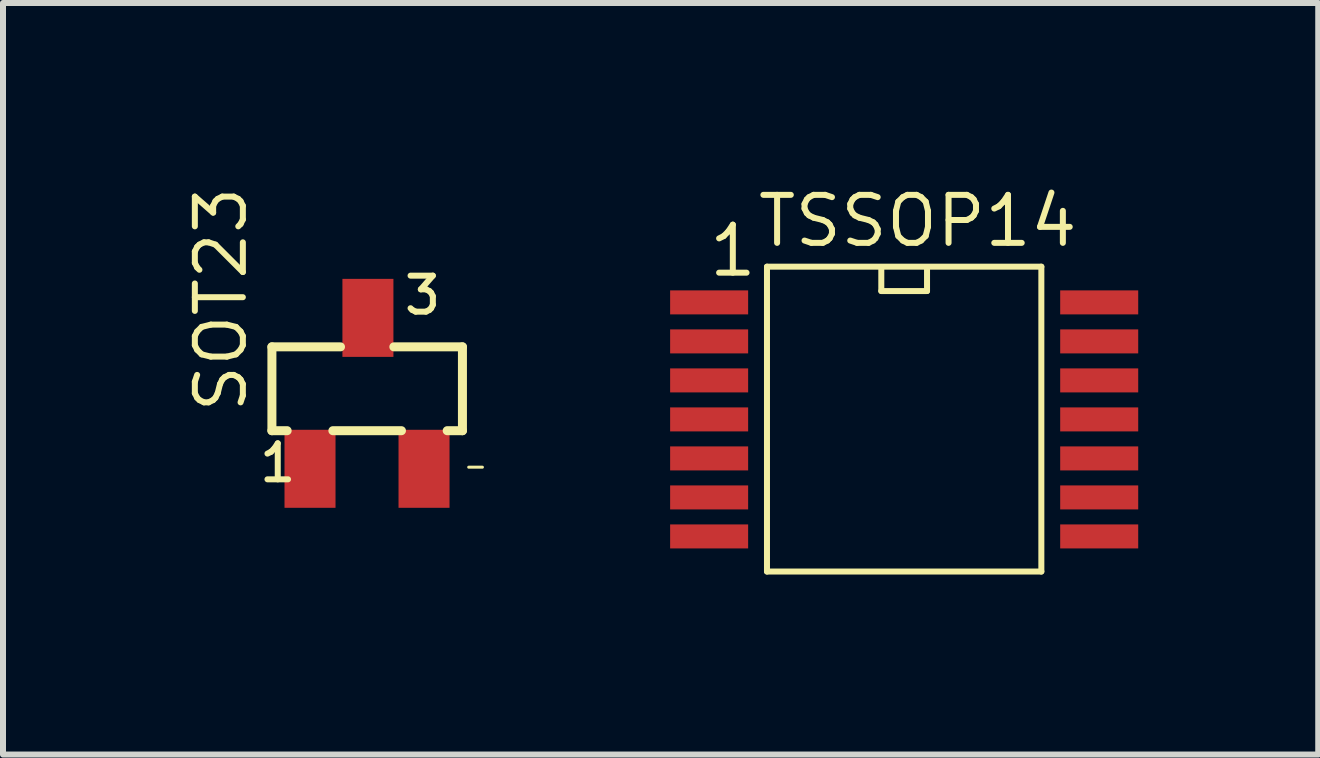
<source format=kicad_pcb>
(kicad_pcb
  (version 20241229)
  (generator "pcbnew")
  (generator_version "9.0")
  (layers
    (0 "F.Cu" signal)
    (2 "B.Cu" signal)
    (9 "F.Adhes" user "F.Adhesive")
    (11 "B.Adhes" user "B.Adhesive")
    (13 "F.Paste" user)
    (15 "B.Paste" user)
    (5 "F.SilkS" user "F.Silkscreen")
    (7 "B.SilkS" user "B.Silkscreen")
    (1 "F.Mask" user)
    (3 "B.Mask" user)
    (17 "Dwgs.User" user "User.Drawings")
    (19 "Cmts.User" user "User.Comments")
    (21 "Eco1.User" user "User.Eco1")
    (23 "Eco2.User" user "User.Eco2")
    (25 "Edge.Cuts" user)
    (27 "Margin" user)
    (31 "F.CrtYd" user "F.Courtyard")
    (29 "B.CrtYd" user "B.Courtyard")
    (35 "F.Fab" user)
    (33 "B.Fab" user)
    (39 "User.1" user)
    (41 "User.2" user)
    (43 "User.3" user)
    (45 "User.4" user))
  (footprint "TSSOP14"
    (layer "F.Cu")
    (at 8.767 1.989)
    (property "Reference" "TSSOP14" (at 0.762 -0.889 0) (unlocked yes) (layer "F.SilkS") (effects (font (size 0.8 0.8) (thickness 0.1)) (justify left bottom)))
    (fp_line (start 0.964 -0.595) (end 0.964 4.485) (stroke (width 0.1) (type solid)) (layer "F.SilkS"))
    (fp_line (start 0.964 -0.595) (end 5.536 -0.595) (stroke (width 0.1) (type solid)) (layer "F.SilkS"))
    (fp_line (start 0.964 4.485) (end 5.536 4.485) (stroke (width 0.1) (type solid)) (layer "F.SilkS"))
    (fp_line (start 2.869 -0.57) (end 2.869 -0.189) (stroke (width 0.1) (type solid)) (layer "F.SilkS"))
    (fp_line (start 2.869 -0.189) (end 3.631 -0.189) (stroke (width 0.1) (type solid)) (layer "F.SilkS"))
    (fp_line (start 3.631 -0.57) (end 3.631 -0.189) (stroke (width 0.1) (type solid)) (layer "F.SilkS"))
    (fp_line (start 5.536 -0.595) (end 5.536 4.485) (stroke (width 0.1) (type solid)) (layer "F.SilkS"))
    (fp_text user "1" (at -0.052 -0.392 0) (unlocked yes) (layer "F.SilkS") (effects (font (size 0.8 0.8) (thickness 0.1)) (justify left bottom)))
    (pad "1" smd rect (at 0 0 90) (size 0.4 1.3) (layers "F.Cu" "F.Mask" "F.Paste"))
    (pad "2" smd rect (at 0 0.65 90) (size 0.4 1.3) (layers "F.Cu" "F.Mask" "F.Paste"))
    (pad "3" smd rect (at 0 1.3 90) (size 0.4 1.3) (layers "F.Cu" "F.Mask" "F.Paste"))
    (pad "4" smd rect (at 0 1.95 90) (size 0.4 1.3) (layers "F.Cu" "F.Mask" "F.Paste"))
    (pad "5" smd rect (at 0 2.6 90) (size 0.4 1.3) (layers "F.Cu" "F.Mask" "F.Paste"))
    (pad "6" smd rect (at 0 3.25 90) (size 0.4 1.3) (layers "F.Cu" "F.Mask" "F.Paste"))
    (pad "7" smd rect (at 0 3.9 90) (size 0.4 1.3) (layers "F.Cu" "F.Mask" "F.Paste"))
    (pad "8" smd rect (at 6.5 3.9 90) (size 0.4 1.3) (layers "F.Cu" "F.Mask" "F.Paste"))
    (pad "9" smd rect (at 6.5 3.25 90) (size 0.4 1.3) (layers "F.Cu" "F.Mask" "F.Paste"))
    (pad "10" smd rect (at 6.5 2.6 90) (size 0.4 1.3) (layers "F.Cu" "F.Mask" "F.Paste"))
    (pad "11" smd rect (at 6.5 1.95 90) (size 0.4 1.3) (layers "F.Cu" "F.Mask" "F.Paste"))
    (pad "12" smd rect (at 6.5 1.3 90) (size 0.4 1.3) (layers "F.Cu" "F.Mask" "F.Paste"))
    (pad "13" smd rect (at 6.5 0.65 90) (size 0.4 1.3) (layers "F.Cu" "F.Mask" "F.Paste"))
    (pad "14" smd rect (at 6.5 0 90) (size 0.4 1.3) (layers "F.Cu" "F.Mask" "F.Paste")))
  (footprint "SOT23"
    (layer "F.Cu")
    (at 2.116 4.762)
    (property "Reference" "SOT23" (at -1.016 -0.889 90) (unlocked yes) (layer "F.SilkS") (effects (font (size 0.8 0.8) (thickness 0.1)) (justify left bottom)))
    (fp_line (start -0.635 -2.032) (end 0.508 -2.032) (stroke (width 0.15) (type solid)) (layer "F.SilkS"))
    (fp_line (start -0.635 -0.635) (end -0.635 -2.032) (stroke (width 0.15) (type solid)) (layer "F.SilkS"))
    (fp_line (start -0.635 -0.635) (end -0.381 -0.635) (stroke (width 0.15) (type solid)) (layer "F.SilkS"))
    (fp_line (start 0.381 -0.635) (end 1.524 -0.635) (stroke (width 0.15) (type solid)) (layer "F.SilkS"))
    (fp_line (start 1.397 -2.032) (end 2.54 -2.032) (stroke (width 0.15) (type solid)) (layer "F.SilkS"))
    (fp_line (start 2.286 -0.635) (end 2.54 -0.635) (stroke (width 0.15) (type solid)) (layer "F.SilkS"))
    (fp_line (start 2.54 -0.635) (end 2.54 -2.032) (stroke (width 0.15) (type solid)) (layer "F.SilkS"))
    (fp_text user "-" (at 2.54 0.127 0) (unlocked yes) (layer "F.SilkS") (effects (font (size 0.3 0.3) (thickness 0.05)) (justify left bottom)))
    (fp_text user "3" (at 1.524 -2.54 0) (unlocked yes) (layer "F.SilkS") (effects (font (size 0.6 0.6) (thickness 0.1)) (justify left bottom)))
    (fp_text user "1" (at -0.889 0.254 0) (unlocked yes) (layer "F.SilkS") (effects (font (size 0.6 0.6) (thickness 0.1)) (justify left bottom)))
    (pad "1" smd rect (at 0 0) (size 0.85 1.3) (layers "F.Cu" "F.Mask" "F.Paste"))
    (pad "2" smd rect (at 1.9 0) (size 0.85 1.3) (layers "F.Cu" "F.Mask" "F.Paste"))
    (pad "3" smd rect (at 0.965 -2.515) (size 0.85 1.3) (layers "F.Cu" "F.Mask" "F.Paste")))
  (gr_rect
    (start -3 -3)
    (end 18.917 9.524)
    (stroke (width 0.1) (type default))
    (fill no)
    (layer "Edge.Cuts")))
</source>
